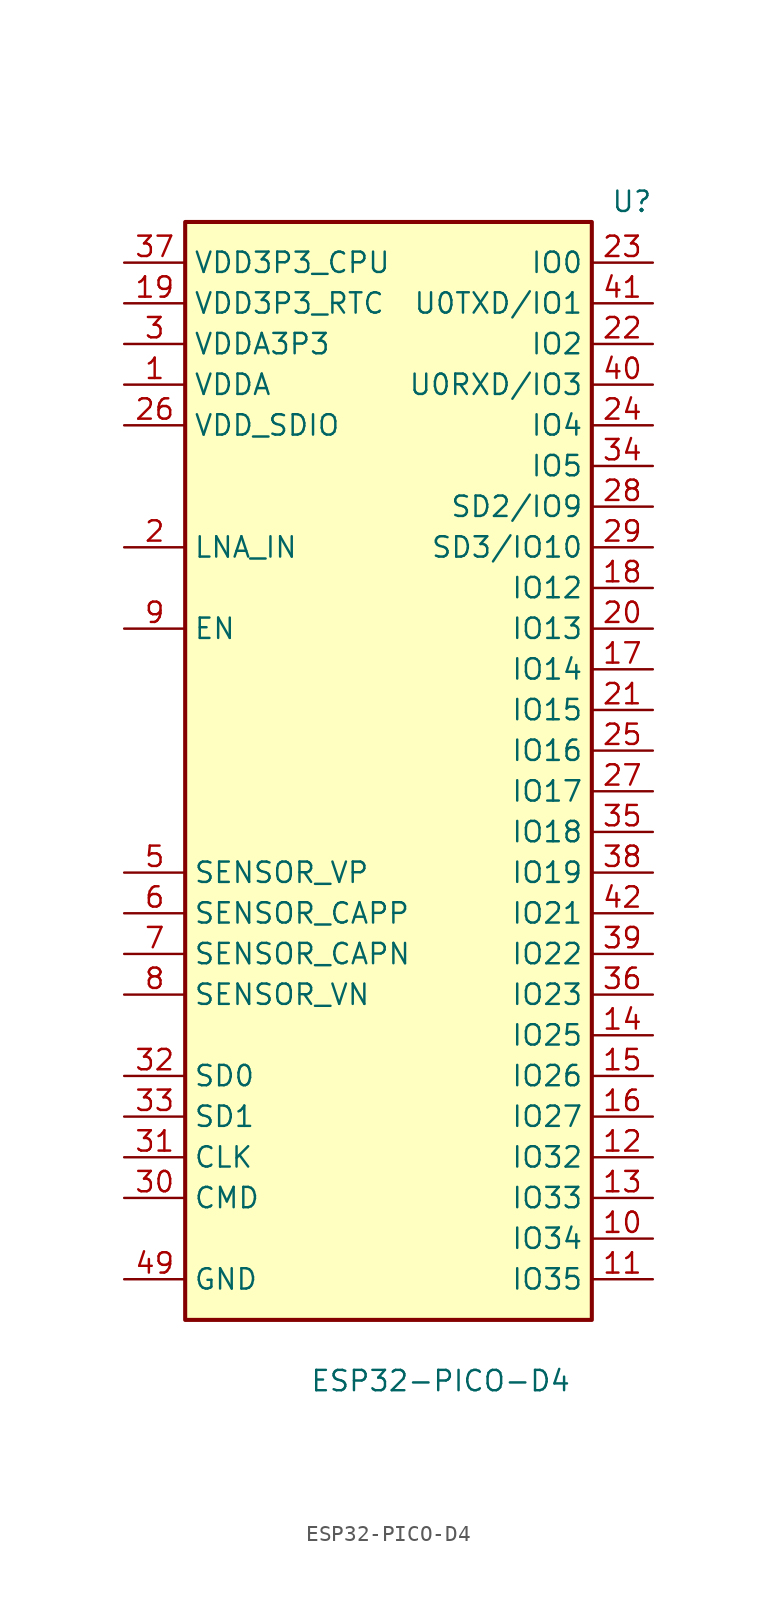
<source format=kicad_sym>
(kicad_symbol_lib
  (version 20231120)
  (generator "kicad_symbol_editor")
  (generator_version "8.0")
  (symbol "ESP32-PICO-D4"
    (property "Reference" "U"
      (at 16.51 34.29 0)
      (effects (font (size 1.27 1.27)) (justify right)))
    (property "Value" "ESP32-PICO-D4"
      (at 11.43 -39.37 0)
      (effects (font (size 1.27 1.27)) (justify right)))
    (symbol "ESP32-PICO-D4_0_0"
      (pin power_in line (at -16.51 22.86 0) (length 3.81) (name "VDDA" (effects (font (size 1.27 1.27)))) (number "1" (effects (font (size 1.27 1.27)))))
      (pin input line (at 16.51 -30.48 180) (length 3.81) (name "IO34" (effects (font (size 1.27 1.27)))) (number "10" (effects (font (size 1.27 1.27)))))
      (pin input line (at 16.51 -33.02 180) (length 3.81) (name "IO35" (effects (font (size 1.27 1.27)))) (number "11" (effects (font (size 1.27 1.27)))))
      (pin bidirectional line (at 16.51 -25.4 180) (length 3.81) (name "IO32" (effects (font (size 1.27 1.27)))) (number "12" (effects (font (size 1.27 1.27)))))
      (pin bidirectional line (at 16.51 -27.94 180) (length 3.81) (name "IO33" (effects (font (size 1.27 1.27)))) (number "13" (effects (font (size 1.27 1.27)))))
      (pin bidirectional line (at 16.51 -17.78 180) (length 3.81) (name "IO25" (effects (font (size 1.27 1.27)))) (number "14" (effects (font (size 1.27 1.27)))))
      (pin bidirectional line (at 16.51 -20.32 180) (length 3.81) (name "IO26" (effects (font (size 1.27 1.27)))) (number "15" (effects (font (size 1.27 1.27)))))
      (pin bidirectional line (at 16.51 -22.86 180) (length 3.81) (name "IO27" (effects (font (size 1.27 1.27)))) (number "16" (effects (font (size 1.27 1.27)))))
      (pin bidirectional line (at 16.51 5.08 180) (length 3.81) (name "IO14" (effects (font (size 1.27 1.27)))) (number "17" (effects (font (size 1.27 1.27)))))
      (pin bidirectional line (at 16.51 10.16 180) (length 3.81) (name "IO12" (effects (font (size 1.27 1.27)))) (number "18" (effects (font (size 1.27 1.27)))))
      (pin power_in line (at -16.51 27.94 0) (length 3.81) (name "VDD3P3_RTC" (effects (font (size 1.27 1.27)))) (number "19" (effects (font (size 1.27 1.27)))))
      (pin bidirectional line (at -16.51 12.7 0) (length 3.81) (name "LNA_IN" (effects (font (size 1.27 1.27)))) (number "2" (effects (font (size 1.27 1.27)))))
      (pin bidirectional line (at 16.51 7.62 180) (length 3.81) (name "IO13" (effects (font (size 1.27 1.27)))) (number "20" (effects (font (size 1.27 1.27)))))
      (pin bidirectional line (at 16.51 2.54 180) (length 3.81) (name "IO15" (effects (font (size 1.27 1.27)))) (number "21" (effects (font (size 1.27 1.27)))))
      (pin bidirectional line (at 16.51 25.4 180) (length 3.81) (name "IO2" (effects (font (size 1.27 1.27)))) (number "22" (effects (font (size 1.27 1.27)))))
      (pin bidirectional line (at 16.51 30.48 180) (length 3.81) (name "IO0" (effects (font (size 1.27 1.27)))) (number "23" (effects (font (size 1.27 1.27)))))
      (pin bidirectional line (at 16.51 20.32 180) (length 3.81) (name "IO4" (effects (font (size 1.27 1.27)))) (number "24" (effects (font (size 1.27 1.27)))))
      (pin bidirectional line (at 16.51 0 180) (length 3.81) (name "IO16" (effects (font (size 1.27 1.27)))) (number "25" (effects (font (size 1.27 1.27)))))
      (pin power_out line (at -16.51 20.32 0) (length 3.81) (name "VDD_SDIO" (effects (font (size 1.27 1.27)))) (number "26" (effects (font (size 1.27 1.27)))))
      (pin bidirectional line (at 16.51 -2.54 180) (length 3.81) (name "IO17" (effects (font (size 1.27 1.27)))) (number "27" (effects (font (size 1.27 1.27)))))
      (pin bidirectional line (at 16.51 15.24 180) (length 3.81) (name "SD2/IO9" (effects (font (size 1.27 1.27)))) (number "28" (effects (font (size 1.27 1.27)))))
      (pin bidirectional line (at 16.51 12.7 180) (length 3.81) (name "SD3/IO10" (effects (font (size 1.27 1.27)))) (number "29" (effects (font (size 1.27 1.27)))))
      (pin power_in line (at -16.51 25.4 0) (length 3.81) (name "VDDA3P3" (effects (font (size 1.27 1.27)))) (number "3" (effects (font (size 1.27 1.27)))))
      (pin bidirectional line (at -16.51 -27.94 0) (length 3.81) (name "CMD" (effects (font (size 1.27 1.27)))) (number "30" (effects (font (size 1.27 1.27)))))
      (pin bidirectional line (at -16.51 -25.4 0) (length 3.81) (name "CLK" (effects (font (size 1.27 1.27)))) (number "31" (effects (font (size 1.27 1.27)))))
      (pin bidirectional line (at -16.51 -20.32 0) (length 3.81) (name "SD0" (effects (font (size 1.27 1.27)))) (number "32" (effects (font (size 1.27 1.27)))))
      (pin bidirectional line (at -16.51 -22.86 0) (length 3.81) (name "SD1" (effects (font (size 1.27 1.27)))) (number "33" (effects (font (size 1.27 1.27)))))
      (pin bidirectional line (at 16.51 17.78 180) (length 3.81) (name "IO5" (effects (font (size 1.27 1.27)))) (number "34" (effects (font (size 1.27 1.27)))))
      (pin bidirectional line (at 16.51 -5.08 180) (length 3.81) (name "IO18" (effects (font (size 1.27 1.27)))) (number "35" (effects (font (size 1.27 1.27)))))
      (pin bidirectional line (at 16.51 -15.24 180) (length 3.81) (name "IO23" (effects (font (size 1.27 1.27)))) (number "36" (effects (font (size 1.27 1.27)))))
      (pin power_in line (at -16.51 30.48 0) (length 3.81) (name "VDD3P3_CPU" (effects (font (size 1.27 1.27)))) (number "37" (effects (font (size 1.27 1.27)))))
      (pin bidirectional line (at 16.51 -7.62 180) (length 3.81) (name "IO19" (effects (font (size 1.27 1.27)))) (number "38" (effects (font (size 1.27 1.27)))))
      (pin bidirectional line (at 16.51 -12.7 180) (length 3.81) (name "IO22" (effects (font (size 1.27 1.27)))) (number "39" (effects (font (size 1.27 1.27)))))
      (pin passive line (at -16.51 25.4 0) (length 3.81) hide (name "VDDA3P3" (effects (font (size 1.27 1.27)))) (number "4" (effects (font (size 1.27 1.27)))))
      (pin bidirectional line (at 16.51 22.86 180) (length 3.81) (name "U0RXD/IO3" (effects (font (size 1.27 1.27)))) (number "40" (effects (font (size 1.27 1.27)))))
      (pin bidirectional line (at 16.51 27.94 180) (length 3.81) (name "U0TXD/IO1" (effects (font (size 1.27 1.27)))) (number "41" (effects (font (size 1.27 1.27)))))
      (pin bidirectional line (at 16.51 -10.16 180) (length 3.81) (name "IO21" (effects (font (size 1.27 1.27)))) (number "42" (effects (font (size 1.27 1.27)))))
      (pin passive line (at -16.51 22.86 0) (length 3.81) hide (name "VDDA" (effects (font (size 1.27 1.27)))) (number "43" (effects (font (size 1.27 1.27)))))
      (pin no_connect line (at -3.81 -13.97 0) (length 3.81) hide (name "XTAL_N_NC" (effects (font (size 1.27 1.27)))) (number "44" (effects (font (size 1.27 1.27)))))
      (pin no_connect line (at -3.81 -16.51 0) (length 3.81) hide (name "XTAL_P_NC" (effects (font (size 1.27 1.27)))) (number "45" (effects (font (size 1.27 1.27)))))
      (pin passive line (at -16.51 22.86 0) (length 3.81) hide (name "VDDA" (effects (font (size 1.27 1.27)))) (number "46" (effects (font (size 1.27 1.27)))))
      (pin no_connect line (at -3.81 -19.05 0) (length 3.81) hide (name "CAP2_NC" (effects (font (size 1.27 1.27)))) (number "47" (effects (font (size 1.27 1.27)))))
      (pin no_connect line (at -3.81 -21.59 0) (length 3.81) hide (name "CAP1_NC" (effects (font (size 1.27 1.27)))) (number "48" (effects (font (size 1.27 1.27)))))
      (pin power_in line (at -16.51 -33.02 0) (length 3.81) (name "GND" (effects (font (size 1.27 1.27)))) (number "49" (effects (font (size 1.27 1.27)))))
      (pin input line (at -16.51 -7.62 0) (length 3.81) (name "SENSOR_VP" (effects (font (size 1.27 1.27)))) (number "5" (effects (font (size 1.27 1.27)))))
      (pin input line (at -16.51 -10.16 0) (length 3.81) (name "SENSOR_CAPP" (effects (font (size 1.27 1.27)))) (number "6" (effects (font (size 1.27 1.27)))))
      (pin input line (at -16.51 -12.7 0) (length 3.81) (name "SENSOR_CAPN" (effects (font (size 1.27 1.27)))) (number "7" (effects (font (size 1.27 1.27)))))
      (pin input line (at -16.51 -15.24 0) (length 3.81) (name "SENSOR_VN" (effects (font (size 1.27 1.27)))) (number "8" (effects (font (size 1.27 1.27)))))
      (pin input line (at -16.51 7.62 0) (length 3.81) (name "EN" (effects (font (size 1.27 1.27)))) (number "9" (effects (font (size 1.27 1.27))))))
    (symbol "ESP32-PICO-D4_0_1"
      (rectangle (start -12.7 33.02) (end 12.7 -35.56) (stroke (width 0.254) (type default)) (fill (type background))))))
</source>
